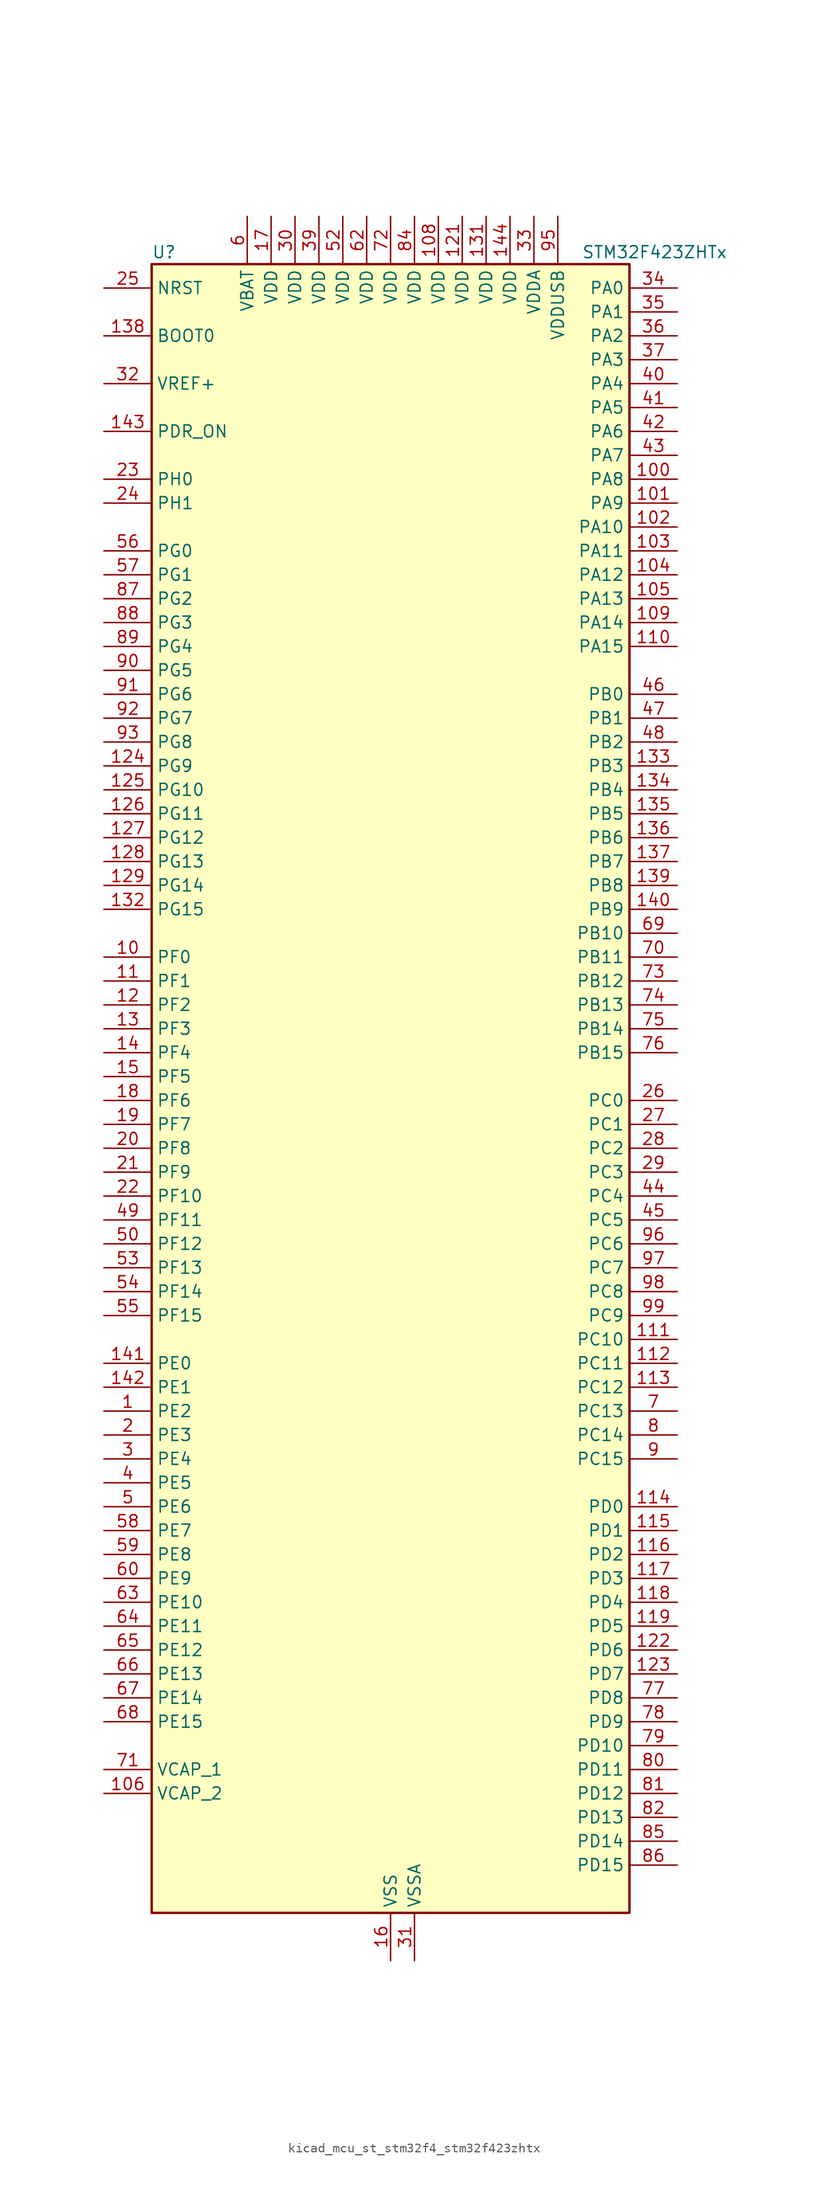
<source format=kicad_sym>
(kicad_symbol_lib
  (version 20220914)
  (generator kicad_symbol_editor)
  (symbol "kicad_mcu_st_stm32f4_stm32f423zhtx"
    (property "Reference" "U"
      (at -25.4 90.17 0)
      (effects (font (size 1.27 1.27)) (justify left)))
    (property "Value" "STM32F423ZHTx"
      (at 20.32 90.17 0)
      (effects (font (size 1.27 1.27)) (justify left)))
    (property "ki_locked" ""
      (at 0 0 0)
      (effects (font (size 1.27 1.27))))
    (symbol "kicad_mcu_st_stm32f4_stm32f423zhtx_0_1"
      (rectangle (start -25.4 -86.36) (end 25.4 88.9) (stroke (width 0.254) (type default)) (fill (type background))))
    (symbol "kicad_mcu_st_stm32f4_stm32f423zhtx_1_1"
      (pin bidirectional line (at -30.48 -33.02 0) (length 5.08) (name "PE2" (effects (font (size 1.27 1.27)))) (number "1" (effects (font (size 1.27 1.27)))) (alternate "FSMC_A23" bidirectional line) (alternate "I2S4_CK" bidirectional line) (alternate "I2S5_CK" bidirectional line) (alternate "QUADSPI_BK1_IO2" bidirectional line) (alternate "SAI1_MCLK_A" bidirectional line) (alternate "SPI4_SCK" bidirectional line) (alternate "SPI5_SCK" bidirectional line) (alternate "SYS_TRACECLK" bidirectional line) (alternate "UART10_RX" bidirectional line))
      (pin bidirectional line (at -30.48 15.24 0) (length 5.08) (name "PF0" (effects (font (size 1.27 1.27)))) (number "10" (effects (font (size 1.27 1.27)))) (alternate "FSMC_A0" bidirectional line) (alternate "I2C2_SDA" bidirectional line))
      (pin bidirectional line (at 30.48 66.04 180) (length 5.08) (name "PA8" (effects (font (size 1.27 1.27)))) (number "100" (effects (font (size 1.27 1.27)))) (alternate "CAN3_RX" bidirectional line) (alternate "DFSDM1_CKOUT" bidirectional line) (alternate "I2C3_SCL" bidirectional line) (alternate "RCC_MCO_1" bidirectional line) (alternate "SDIO_D1" bidirectional line) (alternate "TIM1_CH1" bidirectional line) (alternate "UART7_RX" bidirectional line) (alternate "USART1_CK" bidirectional line) (alternate "USB_OTG_FS_SOF" bidirectional line))
      (pin bidirectional line (at 30.48 63.5 180) (length 5.08) (name "PA9" (effects (font (size 1.27 1.27)))) (number "101" (effects (font (size 1.27 1.27)))) (alternate "DAC_EXTI9" bidirectional line) (alternate "DFSDM2_CKIN3" bidirectional line) (alternate "I2C3_SMBA" bidirectional line) (alternate "I2S2_CK" bidirectional line) (alternate "SDIO_D2" bidirectional line) (alternate "SPI2_SCK" bidirectional line) (alternate "TIM1_CH2" bidirectional line) (alternate "USART1_TX" bidirectional line) (alternate "USB_OTG_FS_VBUS" bidirectional line))
      (pin bidirectional line (at 30.48 60.96 180) (length 5.08) (name "PA10" (effects (font (size 1.27 1.27)))) (number "102" (effects (font (size 1.27 1.27)))) (alternate "DFSDM2_DATIN3" bidirectional line) (alternate "I2S2_SD" bidirectional line) (alternate "I2S5_SD" bidirectional line) (alternate "SPI2_MOSI" bidirectional line) (alternate "SPI5_MOSI" bidirectional line) (alternate "TIM1_CH3" bidirectional line) (alternate "USART1_RX" bidirectional line) (alternate "USB_OTG_FS_ID" bidirectional line))
      (pin bidirectional line (at 30.48 58.42 180) (length 5.08) (name "PA11" (effects (font (size 1.27 1.27)))) (number "103" (effects (font (size 1.27 1.27)))) (alternate "ADC1_EXTI11" bidirectional line) (alternate "CAN1_RX" bidirectional line) (alternate "DFSDM2_CKIN5" bidirectional line) (alternate "I2S2_WS" bidirectional line) (alternate "SPI2_NSS" bidirectional line) (alternate "SPI4_MISO" bidirectional line) (alternate "TIM1_CH4" bidirectional line) (alternate "UART4_RX" bidirectional line) (alternate "USART1_CTS" bidirectional line) (alternate "USART6_TX" bidirectional line) (alternate "USB_OTG_FS_DM" bidirectional line))
      (pin bidirectional line (at 30.48 55.88 180) (length 5.08) (name "PA12" (effects (font (size 1.27 1.27)))) (number "104" (effects (font (size 1.27 1.27)))) (alternate "CAN1_TX" bidirectional line) (alternate "DFSDM2_DATIN5" bidirectional line) (alternate "SPI2_MISO" bidirectional line) (alternate "SPI5_MISO" bidirectional line) (alternate "TIM1_ETR" bidirectional line) (alternate "UART4_TX" bidirectional line) (alternate "USART1_RTS" bidirectional line) (alternate "USART6_RX" bidirectional line) (alternate "USB_OTG_FS_DP" bidirectional line))
      (pin bidirectional line (at 30.48 53.34 180) (length 5.08) (name "PA13" (effects (font (size 1.27 1.27)))) (number "105" (effects (font (size 1.27 1.27)))) (alternate "SYS_JTMS-SWDIO" bidirectional line))
      (pin power_out line (at -30.48 -73.66 0) (length 5.08) (name "VCAP_2" (effects (font (size 1.27 1.27)))) (number "106" (effects (font (size 1.27 1.27)))))
      (pin passive line (at 0 -91.44 90) (length 5.08) hide (name "VSS" (effects (font (size 1.27 1.27)))) (number "107" (effects (font (size 1.27 1.27)))))
      (pin power_in line (at 5.08 93.98 270) (length 5.08) (name "VDD" (effects (font (size 1.27 1.27)))) (number "108" (effects (font (size 1.27 1.27)))))
      (pin bidirectional line (at 30.48 50.8 180) (length 5.08) (name "PA14" (effects (font (size 1.27 1.27)))) (number "109" (effects (font (size 1.27 1.27)))) (alternate "SYS_JTCK-SWCLK" bidirectional line))
      (pin bidirectional line (at -30.48 12.7 0) (length 5.08) (name "PF1" (effects (font (size 1.27 1.27)))) (number "11" (effects (font (size 1.27 1.27)))) (alternate "FSMC_A1" bidirectional line) (alternate "I2C2_SCL" bidirectional line))
      (pin bidirectional line (at 30.48 48.26 180) (length 5.08) (name "PA15" (effects (font (size 1.27 1.27)))) (number "110" (effects (font (size 1.27 1.27)))) (alternate "ADC1_EXTI15" bidirectional line) (alternate "CAN3_TX" bidirectional line) (alternate "I2S1_WS" bidirectional line) (alternate "I2S3_WS" bidirectional line) (alternate "SAI1_MCLK_A" bidirectional line) (alternate "SPI1_NSS" bidirectional line) (alternate "SPI3_NSS" bidirectional line) (alternate "SYS_JTDI" bidirectional line) (alternate "TIM2_CH1" bidirectional line) (alternate "TIM2_ETR" bidirectional line) (alternate "UART7_TX" bidirectional line) (alternate "USART1_TX" bidirectional line))
      (pin bidirectional line (at 30.48 -25.4 180) (length 5.08) (name "PC10" (effects (font (size 1.27 1.27)))) (number "111" (effects (font (size 1.27 1.27)))) (alternate "DFSDM2_CKIN5" bidirectional line) (alternate "I2S3_CK" bidirectional line) (alternate "QUADSPI_BK1_IO1" bidirectional line) (alternate "SDIO_D2" bidirectional line) (alternate "SPI3_SCK" bidirectional line) (alternate "USART3_TX" bidirectional line))
      (pin bidirectional line (at 30.48 -27.94 180) (length 5.08) (name "PC11" (effects (font (size 1.27 1.27)))) (number "112" (effects (font (size 1.27 1.27)))) (alternate "ADC1_EXTI11" bidirectional line) (alternate "DFSDM2_DATIN5" bidirectional line) (alternate "FSMC_D2" bidirectional line) (alternate "FSMC_DA2" bidirectional line) (alternate "I2S3_ext_SD" bidirectional line) (alternate "QUADSPI_BK2_NCS" bidirectional line) (alternate "SDIO_D3" bidirectional line) (alternate "SPI3_MISO" bidirectional line) (alternate "UART4_RX" bidirectional line) (alternate "USART3_RX" bidirectional line))
      (pin bidirectional line (at 30.48 -30.48 180) (length 5.08) (name "PC12" (effects (font (size 1.27 1.27)))) (number "113" (effects (font (size 1.27 1.27)))) (alternate "FSMC_D3" bidirectional line) (alternate "FSMC_DA3" bidirectional line) (alternate "I2S3_SD" bidirectional line) (alternate "SDIO_CK" bidirectional line) (alternate "SPI3_MOSI" bidirectional line) (alternate "UART5_TX" bidirectional line) (alternate "USART3_CK" bidirectional line))
      (pin bidirectional line (at 30.48 -43.18 180) (length 5.08) (name "PD0" (effects (font (size 1.27 1.27)))) (number "114" (effects (font (size 1.27 1.27)))) (alternate "CAN1_RX" bidirectional line) (alternate "DFSDM2_CKIN6" bidirectional line) (alternate "FSMC_D2" bidirectional line) (alternate "FSMC_DA2" bidirectional line) (alternate "UART4_RX" bidirectional line))
      (pin bidirectional line (at 30.48 -45.72 180) (length 5.08) (name "PD1" (effects (font (size 1.27 1.27)))) (number "115" (effects (font (size 1.27 1.27)))) (alternate "CAN1_TX" bidirectional line) (alternate "DFSDM2_DATIN6" bidirectional line) (alternate "FSMC_D3" bidirectional line) (alternate "FSMC_DA3" bidirectional line) (alternate "UART4_TX" bidirectional line))
      (pin bidirectional line (at 30.48 -48.26 180) (length 5.08) (name "PD2" (effects (font (size 1.27 1.27)))) (number "116" (effects (font (size 1.27 1.27)))) (alternate "DFSDM2_CKOUT" bidirectional line) (alternate "FSMC_NWE" bidirectional line) (alternate "SDIO_CMD" bidirectional line) (alternate "TIM3_ETR" bidirectional line) (alternate "UART5_RX" bidirectional line))
      (pin bidirectional line (at 30.48 -50.8 180) (length 5.08) (name "PD3" (effects (font (size 1.27 1.27)))) (number "117" (effects (font (size 1.27 1.27)))) (alternate "DFSDM1_DATIN0" bidirectional line) (alternate "FSMC_CLK" bidirectional line) (alternate "I2S2_CK" bidirectional line) (alternate "QUADSPI_CLK" bidirectional line) (alternate "SPI2_SCK" bidirectional line) (alternate "SYS_TRACED1" bidirectional line) (alternate "USART2_CTS" bidirectional line))
      (pin bidirectional line (at 30.48 -53.34 180) (length 5.08) (name "PD4" (effects (font (size 1.27 1.27)))) (number "118" (effects (font (size 1.27 1.27)))) (alternate "DFSDM1_CKIN0" bidirectional line) (alternate "FSMC_NOE" bidirectional line) (alternate "USART2_RTS" bidirectional line))
      (pin bidirectional line (at 30.48 -55.88 180) (length 5.08) (name "PD5" (effects (font (size 1.27 1.27)))) (number "119" (effects (font (size 1.27 1.27)))) (alternate "DFSDM2_CKOUT" bidirectional line) (alternate "FSMC_NWE" bidirectional line) (alternate "USART2_TX" bidirectional line))
      (pin bidirectional line (at -30.48 10.16 0) (length 5.08) (name "PF2" (effects (font (size 1.27 1.27)))) (number "12" (effects (font (size 1.27 1.27)))) (alternate "FSMC_A2" bidirectional line) (alternate "I2C2_SMBA" bidirectional line))
      (pin passive line (at 0 -91.44 90) (length 5.08) hide (name "VSS" (effects (font (size 1.27 1.27)))) (number "120" (effects (font (size 1.27 1.27)))))
      (pin power_in line (at 7.62 93.98 270) (length 5.08) (name "VDD" (effects (font (size 1.27 1.27)))) (number "121" (effects (font (size 1.27 1.27)))))
      (pin bidirectional line (at 30.48 -58.42 180) (length 5.08) (name "PD6" (effects (font (size 1.27 1.27)))) (number "122" (effects (font (size 1.27 1.27)))) (alternate "DFSDM1_DATIN1" bidirectional line) (alternate "FSMC_NWAIT" bidirectional line) (alternate "I2S3_SD" bidirectional line) (alternate "SPI3_MOSI" bidirectional line) (alternate "USART2_RX" bidirectional line))
      (pin bidirectional line (at 30.48 -60.96 180) (length 5.08) (name "PD7" (effects (font (size 1.27 1.27)))) (number "123" (effects (font (size 1.27 1.27)))) (alternate "DFSDM1_CKIN1" bidirectional line) (alternate "FSMC_NE1" bidirectional line) (alternate "USART2_CK" bidirectional line))
      (pin bidirectional line (at -30.48 35.56 0) (length 5.08) (name "PG9" (effects (font (size 1.27 1.27)))) (number "124" (effects (font (size 1.27 1.27)))) (alternate "DAC_EXTI9" bidirectional line) (alternate "FSMC_NE2" bidirectional line) (alternate "QUADSPI_BK2_IO2" bidirectional line) (alternate "USART6_RX" bidirectional line))
      (pin bidirectional line (at -30.48 33.02 0) (length 5.08) (name "PG10" (effects (font (size 1.27 1.27)))) (number "125" (effects (font (size 1.27 1.27)))) (alternate "FSMC_NE3" bidirectional line))
      (pin bidirectional line (at -30.48 30.48 0) (length 5.08) (name "PG11" (effects (font (size 1.27 1.27)))) (number "126" (effects (font (size 1.27 1.27)))) (alternate "ADC1_EXTI11" bidirectional line) (alternate "CAN2_RX" bidirectional line) (alternate "UART10_RX" bidirectional line))
      (pin bidirectional line (at -30.48 27.94 0) (length 5.08) (name "PG12" (effects (font (size 1.27 1.27)))) (number "127" (effects (font (size 1.27 1.27)))) (alternate "CAN2_TX" bidirectional line) (alternate "FSMC_NE4" bidirectional line) (alternate "UART10_TX" bidirectional line) (alternate "USART6_RTS" bidirectional line))
      (pin bidirectional line (at -30.48 25.4 0) (length 5.08) (name "PG13" (effects (font (size 1.27 1.27)))) (number "128" (effects (font (size 1.27 1.27)))) (alternate "FSMC_A24" bidirectional line) (alternate "SYS_TRACED2" bidirectional line) (alternate "USART6_CTS" bidirectional line))
      (pin bidirectional line (at -30.48 22.86 0) (length 5.08) (name "PG14" (effects (font (size 1.27 1.27)))) (number "129" (effects (font (size 1.27 1.27)))) (alternate "FSMC_A25" bidirectional line) (alternate "QUADSPI_BK2_IO3" bidirectional line) (alternate "SYS_TRACED3" bidirectional line) (alternate "USART6_TX" bidirectional line))
      (pin bidirectional line (at -30.48 7.62 0) (length 5.08) (name "PF3" (effects (font (size 1.27 1.27)))) (number "13" (effects (font (size 1.27 1.27)))) (alternate "FSMC_A3" bidirectional line) (alternate "TIM5_CH1" bidirectional line))
      (pin passive line (at 0 -91.44 90) (length 5.08) hide (name "VSS" (effects (font (size 1.27 1.27)))) (number "130" (effects (font (size 1.27 1.27)))))
      (pin power_in line (at 10.16 93.98 270) (length 5.08) (name "VDD" (effects (font (size 1.27 1.27)))) (number "131" (effects (font (size 1.27 1.27)))))
      (pin bidirectional line (at -30.48 20.32 0) (length 5.08) (name "PG15" (effects (font (size 1.27 1.27)))) (number "132" (effects (font (size 1.27 1.27)))) (alternate "ADC1_EXTI15" bidirectional line) (alternate "USART6_CTS" bidirectional line))
      (pin bidirectional line (at 30.48 35.56 180) (length 5.08) (name "PB3" (effects (font (size 1.27 1.27)))) (number "133" (effects (font (size 1.27 1.27)))) (alternate "CAN3_RX" bidirectional line) (alternate "FMPI2C1_SDA" bidirectional line) (alternate "I2C2_SDA" bidirectional line) (alternate "I2S1_CK" bidirectional line) (alternate "I2S3_CK" bidirectional line) (alternate "SAI1_SD_A" bidirectional line) (alternate "SPI1_SCK" bidirectional line) (alternate "SPI3_SCK" bidirectional line) (alternate "SYS_JTDO-SWO" bidirectional line) (alternate "TIM2_CH2" bidirectional line) (alternate "UART7_RX" bidirectional line) (alternate "USART1_RX" bidirectional line))
      (pin bidirectional line (at 30.48 33.02 180) (length 5.08) (name "PB4" (effects (font (size 1.27 1.27)))) (number "134" (effects (font (size 1.27 1.27)))) (alternate "CAN3_TX" bidirectional line) (alternate "I2C3_SDA" bidirectional line) (alternate "I2S3_ext_SD" bidirectional line) (alternate "SAI1_SCK_A" bidirectional line) (alternate "SDIO_D0" bidirectional line) (alternate "SPI1_MISO" bidirectional line) (alternate "SPI3_MISO" bidirectional line) (alternate "SYS_JTRST" bidirectional line) (alternate "TIM3_CH1" bidirectional line) (alternate "UART7_TX" bidirectional line))
      (pin bidirectional line (at 30.48 30.48 180) (length 5.08) (name "PB5" (effects (font (size 1.27 1.27)))) (number "135" (effects (font (size 1.27 1.27)))) (alternate "CAN2_RX" bidirectional line) (alternate "I2C1_SMBA" bidirectional line) (alternate "I2S1_SD" bidirectional line) (alternate "I2S3_SD" bidirectional line) (alternate "LPTIM1_IN1" bidirectional line) (alternate "SAI1_FS_A" bidirectional line) (alternate "SDIO_D3" bidirectional line) (alternate "SPI1_MOSI" bidirectional line) (alternate "SPI3_MOSI" bidirectional line) (alternate "TIM3_CH2" bidirectional line) (alternate "UART5_RX" bidirectional line))
      (pin bidirectional line (at 30.48 27.94 180) (length 5.08) (name "PB6" (effects (font (size 1.27 1.27)))) (number "136" (effects (font (size 1.27 1.27)))) (alternate "CAN2_TX" bidirectional line) (alternate "DFSDM2_CKIN7" bidirectional line) (alternate "I2C1_SCL" bidirectional line) (alternate "LPTIM1_ETR" bidirectional line) (alternate "QUADSPI_BK1_NCS" bidirectional line) (alternate "SDIO_D0" bidirectional line) (alternate "TIM4_CH1" bidirectional line) (alternate "UART5_TX" bidirectional line) (alternate "USART1_TX" bidirectional line))
      (pin bidirectional line (at 30.48 25.4 180) (length 5.08) (name "PB7" (effects (font (size 1.27 1.27)))) (number "137" (effects (font (size 1.27 1.27)))) (alternate "DFSDM2_DATIN7" bidirectional line) (alternate "FSMC_NL" bidirectional line) (alternate "I2C1_SDA" bidirectional line) (alternate "LPTIM1_IN2" bidirectional line) (alternate "TIM4_CH2" bidirectional line) (alternate "USART1_RX" bidirectional line))
      (pin input line (at -30.48 81.28 0) (length 5.08) (name "BOOT0" (effects (font (size 1.27 1.27)))) (number "138" (effects (font (size 1.27 1.27)))))
      (pin bidirectional line (at 30.48 22.86 180) (length 5.08) (name "PB8" (effects (font (size 1.27 1.27)))) (number "139" (effects (font (size 1.27 1.27)))) (alternate "CAN1_RX" bidirectional line) (alternate "DFSDM2_CKIN1" bidirectional line) (alternate "I2C1_SCL" bidirectional line) (alternate "I2C3_SDA" bidirectional line) (alternate "I2S5_SD" bidirectional line) (alternate "LPTIM1_OUT" bidirectional line) (alternate "SDIO_D4" bidirectional line) (alternate "SPI5_MOSI" bidirectional line) (alternate "TIM10_CH1" bidirectional line) (alternate "TIM4_CH3" bidirectional line) (alternate "UART5_RX" bidirectional line))
      (pin bidirectional line (at -30.48 5.08 0) (length 5.08) (name "PF4" (effects (font (size 1.27 1.27)))) (number "14" (effects (font (size 1.27 1.27)))) (alternate "FSMC_A4" bidirectional line) (alternate "TIM5_CH2" bidirectional line))
      (pin bidirectional line (at 30.48 20.32 180) (length 5.08) (name "PB9" (effects (font (size 1.27 1.27)))) (number "140" (effects (font (size 1.27 1.27)))) (alternate "CAN1_TX" bidirectional line) (alternate "DAC_EXTI9" bidirectional line) (alternate "DFSDM2_DATIN1" bidirectional line) (alternate "I2C1_SDA" bidirectional line) (alternate "I2C2_SDA" bidirectional line) (alternate "I2S2_WS" bidirectional line) (alternate "SDIO_D5" bidirectional line) (alternate "SPI2_NSS" bidirectional line) (alternate "TIM11_CH1" bidirectional line) (alternate "TIM4_CH4" bidirectional line) (alternate "UART5_TX" bidirectional line))
      (pin bidirectional line (at -30.48 -27.94 0) (length 5.08) (name "PE0" (effects (font (size 1.27 1.27)))) (number "141" (effects (font (size 1.27 1.27)))) (alternate "DFSDM2_CKIN4" bidirectional line) (alternate "FSMC_NBL0" bidirectional line) (alternate "TIM4_ETR" bidirectional line) (alternate "UART8_RX" bidirectional line))
      (pin bidirectional line (at -30.48 -30.48 0) (length 5.08) (name "PE1" (effects (font (size 1.27 1.27)))) (number "142" (effects (font (size 1.27 1.27)))) (alternate "DFSDM2_DATIN4" bidirectional line) (alternate "FSMC_NBL1" bidirectional line) (alternate "UART8_TX" bidirectional line))
      (pin input line (at -30.48 71.12 0) (length 5.08) (name "PDR_ON" (effects (font (size 1.27 1.27)))) (number "143" (effects (font (size 1.27 1.27)))))
      (pin power_in line (at 12.7 93.98 270) (length 5.08) (name "VDD" (effects (font (size 1.27 1.27)))) (number "144" (effects (font (size 1.27 1.27)))))
      (pin bidirectional line (at -30.48 2.54 0) (length 5.08) (name "PF5" (effects (font (size 1.27 1.27)))) (number "15" (effects (font (size 1.27 1.27)))) (alternate "FSMC_A5" bidirectional line) (alternate "TIM5_CH3" bidirectional line))
      (pin power_in line (at 0 -91.44 90) (length 5.08) (name "VSS" (effects (font (size 1.27 1.27)))) (number "16" (effects (font (size 1.27 1.27)))))
      (pin power_in line (at -12.7 93.98 270) (length 5.08) (name "VDD" (effects (font (size 1.27 1.27)))) (number "17" (effects (font (size 1.27 1.27)))))
      (pin bidirectional line (at -30.48 0 0) (length 5.08) (name "PF6" (effects (font (size 1.27 1.27)))) (number "18" (effects (font (size 1.27 1.27)))) (alternate "QUADSPI_BK1_IO3" bidirectional line) (alternate "SAI1_SD_B" bidirectional line) (alternate "SYS_TRACED0" bidirectional line) (alternate "TIM10_CH1" bidirectional line) (alternate "UART7_RX" bidirectional line))
      (pin bidirectional line (at -30.48 -2.54 0) (length 5.08) (name "PF7" (effects (font (size 1.27 1.27)))) (number "19" (effects (font (size 1.27 1.27)))) (alternate "QUADSPI_BK1_IO2" bidirectional line) (alternate "SAI1_MCLK_B" bidirectional line) (alternate "SYS_TRACED1" bidirectional line) (alternate "TIM11_CH1" bidirectional line) (alternate "UART7_TX" bidirectional line))
      (pin bidirectional line (at -30.48 -35.56 0) (length 5.08) (name "PE3" (effects (font (size 1.27 1.27)))) (number "2" (effects (font (size 1.27 1.27)))) (alternate "FSMC_A19" bidirectional line) (alternate "SAI1_SD_B" bidirectional line) (alternate "SYS_TRACED0" bidirectional line) (alternate "UART10_TX" bidirectional line))
      (pin bidirectional line (at -30.48 -5.08 0) (length 5.08) (name "PF8" (effects (font (size 1.27 1.27)))) (number "20" (effects (font (size 1.27 1.27)))) (alternate "QUADSPI_BK1_IO0" bidirectional line) (alternate "SAI1_SCK_B" bidirectional line) (alternate "TIM13_CH1" bidirectional line) (alternate "UART8_RX" bidirectional line))
      (pin bidirectional line (at -30.48 -7.62 0) (length 5.08) (name "PF9" (effects (font (size 1.27 1.27)))) (number "21" (effects (font (size 1.27 1.27)))) (alternate "DAC_EXTI9" bidirectional line) (alternate "QUADSPI_BK1_IO1" bidirectional line) (alternate "SAI1_FS_B" bidirectional line) (alternate "TIM14_CH1" bidirectional line) (alternate "UART8_TX" bidirectional line))
      (pin bidirectional line (at -30.48 -10.16 0) (length 5.08) (name "PF10" (effects (font (size 1.27 1.27)))) (number "22" (effects (font (size 1.27 1.27)))) (alternate "TIM1_ETR" bidirectional line) (alternate "TIM5_CH4" bidirectional line))
      (pin bidirectional line (at -30.48 66.04 0) (length 5.08) (name "PH0" (effects (font (size 1.27 1.27)))) (number "23" (effects (font (size 1.27 1.27)))) (alternate "RCC_OSC_IN" bidirectional line))
      (pin bidirectional line (at -30.48 63.5 0) (length 5.08) (name "PH1" (effects (font (size 1.27 1.27)))) (number "24" (effects (font (size 1.27 1.27)))) (alternate "RCC_OSC_OUT" bidirectional line))
      (pin input line (at -30.48 86.36 0) (length 5.08) (name "NRST" (effects (font (size 1.27 1.27)))) (number "25" (effects (font (size 1.27 1.27)))))
      (pin bidirectional line (at 30.48 0 180) (length 5.08) (name "PC0" (effects (font (size 1.27 1.27)))) (number "26" (effects (font (size 1.27 1.27)))) (alternate "ADC1_IN10" bidirectional line) (alternate "DFSDM2_CKIN4" bidirectional line) (alternate "LPTIM1_IN1" bidirectional line) (alternate "SAI1_MCLK_B" bidirectional line) (alternate "SYS_WKUP2" bidirectional line))
      (pin bidirectional line (at 30.48 -2.54 180) (length 5.08) (name "PC1" (effects (font (size 1.27 1.27)))) (number "27" (effects (font (size 1.27 1.27)))) (alternate "ADC1_IN11" bidirectional line) (alternate "DFSDM2_DATIN4" bidirectional line) (alternate "LPTIM1_OUT" bidirectional line) (alternate "SAI1_SD_B" bidirectional line) (alternate "SYS_WKUP3" bidirectional line))
      (pin bidirectional line (at 30.48 -5.08 180) (length 5.08) (name "PC2" (effects (font (size 1.27 1.27)))) (number "28" (effects (font (size 1.27 1.27)))) (alternate "ADC1_IN12" bidirectional line) (alternate "DFSDM1_CKOUT" bidirectional line) (alternate "DFSDM2_DATIN7" bidirectional line) (alternate "FSMC_NWE" bidirectional line) (alternate "I2S2_ext_SD" bidirectional line) (alternate "LPTIM1_IN2" bidirectional line) (alternate "SAI1_SCK_B" bidirectional line) (alternate "SPI2_MISO" bidirectional line))
      (pin bidirectional line (at 30.48 -7.62 180) (length 5.08) (name "PC3" (effects (font (size 1.27 1.27)))) (number "29" (effects (font (size 1.27 1.27)))) (alternate "ADC1_IN13" bidirectional line) (alternate "DFSDM2_CKIN7" bidirectional line) (alternate "FSMC_A0" bidirectional line) (alternate "I2S2_SD" bidirectional line) (alternate "LPTIM1_ETR" bidirectional line) (alternate "SAI1_FS_B" bidirectional line) (alternate "SPI2_MOSI" bidirectional line))
      (pin bidirectional line (at -30.48 -38.1 0) (length 5.08) (name "PE4" (effects (font (size 1.27 1.27)))) (number "3" (effects (font (size 1.27 1.27)))) (alternate "DFSDM1_DATIN3" bidirectional line) (alternate "FSMC_A20" bidirectional line) (alternate "I2S4_WS" bidirectional line) (alternate "I2S5_WS" bidirectional line) (alternate "SAI1_SD_A" bidirectional line) (alternate "SPI4_NSS" bidirectional line) (alternate "SPI5_NSS" bidirectional line) (alternate "SYS_TRACED1" bidirectional line))
      (pin power_in line (at -10.16 93.98 270) (length 5.08) (name "VDD" (effects (font (size 1.27 1.27)))) (number "30" (effects (font (size 1.27 1.27)))))
      (pin power_in line (at 2.54 -91.44 90) (length 5.08) (name "VSSA" (effects (font (size 1.27 1.27)))) (number "31" (effects (font (size 1.27 1.27)))))
      (pin input line (at -30.48 76.2 0) (length 5.08) (name "VREF+" (effects (font (size 1.27 1.27)))) (number "32" (effects (font (size 1.27 1.27)))))
      (pin power_in line (at 15.24 93.98 270) (length 5.08) (name "VDDA" (effects (font (size 1.27 1.27)))) (number "33" (effects (font (size 1.27 1.27)))))
      (pin bidirectional line (at 30.48 86.36 180) (length 5.08) (name "PA0" (effects (font (size 1.27 1.27)))) (number "34" (effects (font (size 1.27 1.27)))) (alternate "ADC1_IN0" bidirectional line) (alternate "SYS_WKUP1" bidirectional line) (alternate "TIM2_CH1" bidirectional line) (alternate "TIM2_ETR" bidirectional line) (alternate "TIM5_CH1" bidirectional line) (alternate "TIM8_ETR" bidirectional line) (alternate "UART4_TX" bidirectional line) (alternate "USART2_CTS" bidirectional line))
      (pin bidirectional line (at 30.48 83.82 180) (length 5.08) (name "PA1" (effects (font (size 1.27 1.27)))) (number "35" (effects (font (size 1.27 1.27)))) (alternate "ADC1_IN1" bidirectional line) (alternate "I2S4_SD" bidirectional line) (alternate "QUADSPI_BK1_IO3" bidirectional line) (alternate "SPI4_MOSI" bidirectional line) (alternate "TIM2_CH2" bidirectional line) (alternate "TIM5_CH2" bidirectional line) (alternate "UART4_RX" bidirectional line) (alternate "USART2_RTS" bidirectional line))
      (pin bidirectional line (at 30.48 81.28 180) (length 5.08) (name "PA2" (effects (font (size 1.27 1.27)))) (number "36" (effects (font (size 1.27 1.27)))) (alternate "ADC1_IN2" bidirectional line) (alternate "FSMC_D4" bidirectional line) (alternate "FSMC_DA4" bidirectional line) (alternate "I2S_CKIN" bidirectional line) (alternate "TIM2_CH3" bidirectional line) (alternate "TIM5_CH3" bidirectional line) (alternate "TIM9_CH1" bidirectional line) (alternate "USART2_TX" bidirectional line))
      (pin bidirectional line (at 30.48 78.74 180) (length 5.08) (name "PA3" (effects (font (size 1.27 1.27)))) (number "37" (effects (font (size 1.27 1.27)))) (alternate "ADC1_IN3" bidirectional line) (alternate "FSMC_D5" bidirectional line) (alternate "FSMC_DA5" bidirectional line) (alternate "I2S2_MCK" bidirectional line) (alternate "SAI1_SD_B" bidirectional line) (alternate "TIM2_CH4" bidirectional line) (alternate "TIM5_CH4" bidirectional line) (alternate "TIM9_CH2" bidirectional line) (alternate "USART2_RX" bidirectional line))
      (pin passive line (at 0 -91.44 90) (length 5.08) hide (name "VSS" (effects (font (size 1.27 1.27)))) (number "38" (effects (font (size 1.27 1.27)))))
      (pin power_in line (at -7.62 93.98 270) (length 5.08) (name "VDD" (effects (font (size 1.27 1.27)))) (number "39" (effects (font (size 1.27 1.27)))))
      (pin bidirectional line (at -30.48 -40.64 0) (length 5.08) (name "PE5" (effects (font (size 1.27 1.27)))) (number "4" (effects (font (size 1.27 1.27)))) (alternate "DFSDM1_CKIN3" bidirectional line) (alternate "FSMC_A21" bidirectional line) (alternate "SAI1_SCK_A" bidirectional line) (alternate "SPI4_MISO" bidirectional line) (alternate "SPI5_MISO" bidirectional line) (alternate "SYS_TRACED2" bidirectional line) (alternate "TIM9_CH1" bidirectional line))
      (pin bidirectional line (at 30.48 76.2 180) (length 5.08) (name "PA4" (effects (font (size 1.27 1.27)))) (number "40" (effects (font (size 1.27 1.27)))) (alternate "ADC1_IN4" bidirectional line) (alternate "DAC_OUT1" bidirectional line) (alternate "DFSDM1_DATIN1" bidirectional line) (alternate "FSMC_D6" bidirectional line) (alternate "FSMC_DA6" bidirectional line) (alternate "I2S1_WS" bidirectional line) (alternate "I2S3_WS" bidirectional line) (alternate "SPI1_NSS" bidirectional line) (alternate "SPI3_NSS" bidirectional line) (alternate "USART2_CK" bidirectional line))
      (pin bidirectional line (at 30.48 73.66 180) (length 5.08) (name "PA5" (effects (font (size 1.27 1.27)))) (number "41" (effects (font (size 1.27 1.27)))) (alternate "ADC1_IN5" bidirectional line) (alternate "DAC_OUT2" bidirectional line) (alternate "DFSDM1_CKIN1" bidirectional line) (alternate "FSMC_D7" bidirectional line) (alternate "FSMC_DA7" bidirectional line) (alternate "I2S1_CK" bidirectional line) (alternate "SPI1_SCK" bidirectional line) (alternate "TIM2_CH1" bidirectional line) (alternate "TIM2_ETR" bidirectional line) (alternate "TIM8_CH1N" bidirectional line))
      (pin bidirectional line (at 30.48 71.12 180) (length 5.08) (name "PA6" (effects (font (size 1.27 1.27)))) (number "42" (effects (font (size 1.27 1.27)))) (alternate "ADC1_IN6" bidirectional line) (alternate "DFSDM2_CKIN1" bidirectional line) (alternate "I2S2_MCK" bidirectional line) (alternate "QUADSPI_BK2_IO0" bidirectional line) (alternate "SDIO_CMD" bidirectional line) (alternate "SPI1_MISO" bidirectional line) (alternate "TIM13_CH1" bidirectional line) (alternate "TIM1_BKIN" bidirectional line) (alternate "TIM3_CH1" bidirectional line) (alternate "TIM8_BKIN" bidirectional line))
      (pin bidirectional line (at 30.48 68.58 180) (length 5.08) (name "PA7" (effects (font (size 1.27 1.27)))) (number "43" (effects (font (size 1.27 1.27)))) (alternate "ADC1_IN7" bidirectional line) (alternate "DFSDM2_DATIN1" bidirectional line) (alternate "I2S1_SD" bidirectional line) (alternate "QUADSPI_BK2_IO1" bidirectional line) (alternate "SPI1_MOSI" bidirectional line) (alternate "TIM14_CH1" bidirectional line) (alternate "TIM1_CH1N" bidirectional line) (alternate "TIM3_CH2" bidirectional line) (alternate "TIM8_CH1N" bidirectional line))
      (pin bidirectional line (at 30.48 -10.16 180) (length 5.08) (name "PC4" (effects (font (size 1.27 1.27)))) (number "44" (effects (font (size 1.27 1.27)))) (alternate "ADC1_IN14" bidirectional line) (alternate "DFSDM2_CKIN2" bidirectional line) (alternate "FSMC_NE4" bidirectional line) (alternate "I2S1_MCK" bidirectional line) (alternate "QUADSPI_BK2_IO2" bidirectional line))
      (pin bidirectional line (at 30.48 -12.7 180) (length 5.08) (name "PC5" (effects (font (size 1.27 1.27)))) (number "45" (effects (font (size 1.27 1.27)))) (alternate "ADC1_IN15" bidirectional line) (alternate "DFSDM2_DATIN2" bidirectional line) (alternate "FMPI2C1_SMBA" bidirectional line) (alternate "FSMC_NOE" bidirectional line) (alternate "QUADSPI_BK2_IO3" bidirectional line) (alternate "USART3_RX" bidirectional line))
      (pin bidirectional line (at 30.48 43.18 180) (length 5.08) (name "PB0" (effects (font (size 1.27 1.27)))) (number "46" (effects (font (size 1.27 1.27)))) (alternate "ADC1_IN8" bidirectional line) (alternate "I2S5_CK" bidirectional line) (alternate "SPI5_SCK" bidirectional line) (alternate "TIM1_CH2N" bidirectional line) (alternate "TIM3_CH3" bidirectional line) (alternate "TIM8_CH2N" bidirectional line))
      (pin bidirectional line (at 30.48 40.64 180) (length 5.08) (name "PB1" (effects (font (size 1.27 1.27)))) (number "47" (effects (font (size 1.27 1.27)))) (alternate "ADC1_IN9" bidirectional line) (alternate "DFSDM1_DATIN0" bidirectional line) (alternate "I2S5_WS" bidirectional line) (alternate "QUADSPI_CLK" bidirectional line) (alternate "SPI5_NSS" bidirectional line) (alternate "TIM1_CH3N" bidirectional line) (alternate "TIM3_CH4" bidirectional line) (alternate "TIM8_CH3N" bidirectional line))
      (pin bidirectional line (at 30.48 38.1 180) (length 5.08) (name "PB2" (effects (font (size 1.27 1.27)))) (number "48" (effects (font (size 1.27 1.27)))) (alternate "DFSDM1_CKIN0" bidirectional line) (alternate "LPTIM1_OUT" bidirectional line) (alternate "QUADSPI_CLK" bidirectional line))
      (pin bidirectional line (at -30.48 -12.7 0) (length 5.08) (name "PF11" (effects (font (size 1.27 1.27)))) (number "49" (effects (font (size 1.27 1.27)))) (alternate "ADC1_EXTI11" bidirectional line) (alternate "TIM8_ETR" bidirectional line))
      (pin bidirectional line (at -30.48 -43.18 0) (length 5.08) (name "PE6" (effects (font (size 1.27 1.27)))) (number "5" (effects (font (size 1.27 1.27)))) (alternate "FSMC_A22" bidirectional line) (alternate "I2S4_SD" bidirectional line) (alternate "I2S5_SD" bidirectional line) (alternate "SAI1_FS_A" bidirectional line) (alternate "SPI4_MOSI" bidirectional line) (alternate "SPI5_MOSI" bidirectional line) (alternate "SYS_TRACED3" bidirectional line) (alternate "TIM9_CH2" bidirectional line))
      (pin bidirectional line (at -30.48 -15.24 0) (length 5.08) (name "PF12" (effects (font (size 1.27 1.27)))) (number "50" (effects (font (size 1.27 1.27)))) (alternate "FSMC_A6" bidirectional line) (alternate "TIM8_BKIN" bidirectional line))
      (pin passive line (at 0 -91.44 90) (length 5.08) hide (name "VSS" (effects (font (size 1.27 1.27)))) (number "51" (effects (font (size 1.27 1.27)))))
      (pin power_in line (at -5.08 93.98 270) (length 5.08) (name "VDD" (effects (font (size 1.27 1.27)))) (number "52" (effects (font (size 1.27 1.27)))))
      (pin bidirectional line (at -30.48 -17.78 0) (length 5.08) (name "PF13" (effects (font (size 1.27 1.27)))) (number "53" (effects (font (size 1.27 1.27)))) (alternate "FMPI2C1_SMBA" bidirectional line) (alternate "FSMC_A7" bidirectional line))
      (pin bidirectional line (at -30.48 -20.32 0) (length 5.08) (name "PF14" (effects (font (size 1.27 1.27)))) (number "54" (effects (font (size 1.27 1.27)))) (alternate "FMPI2C1_SCL" bidirectional line) (alternate "FSMC_A8" bidirectional line))
      (pin bidirectional line (at -30.48 -22.86 0) (length 5.08) (name "PF15" (effects (font (size 1.27 1.27)))) (number "55" (effects (font (size 1.27 1.27)))) (alternate "ADC1_EXTI15" bidirectional line) (alternate "FMPI2C1_SDA" bidirectional line) (alternate "FSMC_A9" bidirectional line))
      (pin bidirectional line (at -30.48 58.42 0) (length 5.08) (name "PG0" (effects (font (size 1.27 1.27)))) (number "56" (effects (font (size 1.27 1.27)))) (alternate "CAN1_RX" bidirectional line) (alternate "FSMC_A10" bidirectional line) (alternate "UART9_RX" bidirectional line))
      (pin bidirectional line (at -30.48 55.88 0) (length 5.08) (name "PG1" (effects (font (size 1.27 1.27)))) (number "57" (effects (font (size 1.27 1.27)))) (alternate "CAN1_TX" bidirectional line) (alternate "FSMC_A11" bidirectional line) (alternate "UART9_TX" bidirectional line))
      (pin bidirectional line (at -30.48 -45.72 0) (length 5.08) (name "PE7" (effects (font (size 1.27 1.27)))) (number "58" (effects (font (size 1.27 1.27)))) (alternate "DFSDM1_DATIN2" bidirectional line) (alternate "FSMC_D4" bidirectional line) (alternate "FSMC_DA4" bidirectional line) (alternate "QUADSPI_BK2_IO0" bidirectional line) (alternate "TIM1_ETR" bidirectional line) (alternate "UART7_RX" bidirectional line))
      (pin bidirectional line (at -30.48 -48.26 0) (length 5.08) (name "PE8" (effects (font (size 1.27 1.27)))) (number "59" (effects (font (size 1.27 1.27)))) (alternate "DFSDM1_CKIN2" bidirectional line) (alternate "FSMC_D5" bidirectional line) (alternate "FSMC_DA5" bidirectional line) (alternate "QUADSPI_BK2_IO1" bidirectional line) (alternate "TIM1_CH1N" bidirectional line) (alternate "UART7_TX" bidirectional line))
      (pin power_in line (at -15.24 93.98 270) (length 5.08) (name "VBAT" (effects (font (size 1.27 1.27)))) (number "6" (effects (font (size 1.27 1.27)))))
      (pin bidirectional line (at -30.48 -50.8 0) (length 5.08) (name "PE9" (effects (font (size 1.27 1.27)))) (number "60" (effects (font (size 1.27 1.27)))) (alternate "DAC_EXTI9" bidirectional line) (alternate "DFSDM1_CKOUT" bidirectional line) (alternate "FSMC_D6" bidirectional line) (alternate "FSMC_DA6" bidirectional line) (alternate "QUADSPI_BK2_IO2" bidirectional line) (alternate "TIM1_CH1" bidirectional line))
      (pin passive line (at 0 -91.44 90) (length 5.08) hide (name "VSS" (effects (font (size 1.27 1.27)))) (number "61" (effects (font (size 1.27 1.27)))))
      (pin power_in line (at -2.54 93.98 270) (length 5.08) (name "VDD" (effects (font (size 1.27 1.27)))) (number "62" (effects (font (size 1.27 1.27)))))
      (pin bidirectional line (at -30.48 -53.34 0) (length 5.08) (name "PE10" (effects (font (size 1.27 1.27)))) (number "63" (effects (font (size 1.27 1.27)))) (alternate "DFSDM2_DATIN0" bidirectional line) (alternate "FSMC_D7" bidirectional line) (alternate "FSMC_DA7" bidirectional line) (alternate "QUADSPI_BK2_IO3" bidirectional line) (alternate "TIM1_CH2N" bidirectional line))
      (pin bidirectional line (at -30.48 -55.88 0) (length 5.08) (name "PE11" (effects (font (size 1.27 1.27)))) (number "64" (effects (font (size 1.27 1.27)))) (alternate "ADC1_EXTI11" bidirectional line) (alternate "DFSDM2_CKIN0" bidirectional line) (alternate "FSMC_D8" bidirectional line) (alternate "FSMC_DA8" bidirectional line) (alternate "I2S4_WS" bidirectional line) (alternate "I2S5_WS" bidirectional line) (alternate "SPI4_NSS" bidirectional line) (alternate "SPI5_NSS" bidirectional line) (alternate "TIM1_CH2" bidirectional line))
      (pin bidirectional line (at -30.48 -58.42 0) (length 5.08) (name "PE12" (effects (font (size 1.27 1.27)))) (number "65" (effects (font (size 1.27 1.27)))) (alternate "DFSDM2_DATIN7" bidirectional line) (alternate "FSMC_D9" bidirectional line) (alternate "FSMC_DA9" bidirectional line) (alternate "I2S4_CK" bidirectional line) (alternate "I2S5_CK" bidirectional line) (alternate "SPI4_SCK" bidirectional line) (alternate "SPI5_SCK" bidirectional line) (alternate "TIM1_CH3N" bidirectional line))
      (pin bidirectional line (at -30.48 -60.96 0) (length 5.08) (name "PE13" (effects (font (size 1.27 1.27)))) (number "66" (effects (font (size 1.27 1.27)))) (alternate "DFSDM2_CKIN7" bidirectional line) (alternate "FSMC_D10" bidirectional line) (alternate "FSMC_DA10" bidirectional line) (alternate "SPI4_MISO" bidirectional line) (alternate "SPI5_MISO" bidirectional line) (alternate "TIM1_CH3" bidirectional line))
      (pin bidirectional line (at -30.48 -63.5 0) (length 5.08) (name "PE14" (effects (font (size 1.27 1.27)))) (number "67" (effects (font (size 1.27 1.27)))) (alternate "DFSDM2_DATIN1" bidirectional line) (alternate "FSMC_D11" bidirectional line) (alternate "FSMC_DA11" bidirectional line) (alternate "I2S4_SD" bidirectional line) (alternate "I2S5_SD" bidirectional line) (alternate "SPI4_MOSI" bidirectional line) (alternate "SPI5_MOSI" bidirectional line) (alternate "TIM1_CH4" bidirectional line))
      (pin bidirectional line (at -30.48 -66.04 0) (length 5.08) (name "PE15" (effects (font (size 1.27 1.27)))) (number "68" (effects (font (size 1.27 1.27)))) (alternate "ADC1_EXTI15" bidirectional line) (alternate "DFSDM2_CKIN1" bidirectional line) (alternate "FSMC_D12" bidirectional line) (alternate "FSMC_DA12" bidirectional line) (alternate "TIM1_BKIN" bidirectional line))
      (pin bidirectional line (at 30.48 17.78 180) (length 5.08) (name "PB10" (effects (font (size 1.27 1.27)))) (number "69" (effects (font (size 1.27 1.27)))) (alternate "DFSDM2_CKOUT" bidirectional line) (alternate "FMPI2C1_SCL" bidirectional line) (alternate "I2C2_SCL" bidirectional line) (alternate "I2S2_CK" bidirectional line) (alternate "I2S3_MCK" bidirectional line) (alternate "SDIO_D7" bidirectional line) (alternate "SPI2_SCK" bidirectional line) (alternate "TIM2_CH3" bidirectional line) (alternate "USART3_TX" bidirectional line))
      (pin bidirectional line (at 30.48 -33.02 180) (length 5.08) (name "PC13" (effects (font (size 1.27 1.27)))) (number "7" (effects (font (size 1.27 1.27)))) (alternate "RTC_AF1" bidirectional line))
      (pin bidirectional line (at 30.48 15.24 180) (length 5.08) (name "PB11" (effects (font (size 1.27 1.27)))) (number "70" (effects (font (size 1.27 1.27)))) (alternate "ADC1_EXTI11" bidirectional line) (alternate "I2C2_SDA" bidirectional line) (alternate "I2S_CKIN" bidirectional line) (alternate "TIM2_CH4" bidirectional line) (alternate "USART3_RX" bidirectional line))
      (pin power_out line (at -30.48 -71.12 0) (length 5.08) (name "VCAP_1" (effects (font (size 1.27 1.27)))) (number "71" (effects (font (size 1.27 1.27)))))
      (pin power_in line (at 0 93.98 270) (length 5.08) (name "VDD" (effects (font (size 1.27 1.27)))) (number "72" (effects (font (size 1.27 1.27)))))
      (pin bidirectional line (at 30.48 12.7 180) (length 5.08) (name "PB12" (effects (font (size 1.27 1.27)))) (number "73" (effects (font (size 1.27 1.27)))) (alternate "CAN2_RX" bidirectional line) (alternate "DFSDM1_DATIN1" bidirectional line) (alternate "FSMC_D13" bidirectional line) (alternate "FSMC_DA13" bidirectional line) (alternate "I2C2_SMBA" bidirectional line) (alternate "I2S2_WS" bidirectional line) (alternate "I2S3_CK" bidirectional line) (alternate "I2S4_WS" bidirectional line) (alternate "SPI2_NSS" bidirectional line) (alternate "SPI3_SCK" bidirectional line) (alternate "SPI4_NSS" bidirectional line) (alternate "TIM1_BKIN" bidirectional line) (alternate "UART5_RX" bidirectional line) (alternate "USART3_CK" bidirectional line))
      (pin bidirectional line (at 30.48 10.16 180) (length 5.08) (name "PB13" (effects (font (size 1.27 1.27)))) (number "74" (effects (font (size 1.27 1.27)))) (alternate "CAN2_TX" bidirectional line) (alternate "DFSDM1_CKIN1" bidirectional line) (alternate "FMPI2C1_SMBA" bidirectional line) (alternate "I2S2_CK" bidirectional line) (alternate "I2S4_CK" bidirectional line) (alternate "SPI2_SCK" bidirectional line) (alternate "SPI4_SCK" bidirectional line) (alternate "TIM1_CH1N" bidirectional line) (alternate "UART5_TX" bidirectional line) (alternate "USART3_CTS" bidirectional line))
      (pin bidirectional line (at 30.48 7.62 180) (length 5.08) (name "PB14" (effects (font (size 1.27 1.27)))) (number "75" (effects (font (size 1.27 1.27)))) (alternate "DFSDM1_DATIN2" bidirectional line) (alternate "FMPI2C1_SDA" bidirectional line) (alternate "FSMC_D0" bidirectional line) (alternate "FSMC_DA0" bidirectional line) (alternate "I2S2_ext_SD" bidirectional line) (alternate "SDIO_D6" bidirectional line) (alternate "SPI2_MISO" bidirectional line) (alternate "TIM12_CH1" bidirectional line) (alternate "TIM1_CH2N" bidirectional line) (alternate "TIM8_CH2N" bidirectional line) (alternate "USART3_RTS" bidirectional line))
      (pin bidirectional line (at 30.48 5.08 180) (length 5.08) (name "PB15" (effects (font (size 1.27 1.27)))) (number "76" (effects (font (size 1.27 1.27)))) (alternate "ADC1_EXTI15" bidirectional line) (alternate "DFSDM1_CKIN2" bidirectional line) (alternate "FMPI2C1_SCL" bidirectional line) (alternate "I2S2_SD" bidirectional line) (alternate "RTC_REFIN" bidirectional line) (alternate "SDIO_CK" bidirectional line) (alternate "SPI2_MOSI" bidirectional line) (alternate "TIM12_CH2" bidirectional line) (alternate "TIM1_CH3N" bidirectional line) (alternate "TIM8_CH3N" bidirectional line))
      (pin bidirectional line (at 30.48 -63.5 180) (length 5.08) (name "PD8" (effects (font (size 1.27 1.27)))) (number "77" (effects (font (size 1.27 1.27)))) (alternate "FSMC_D13" bidirectional line) (alternate "FSMC_DA13" bidirectional line) (alternate "USART3_TX" bidirectional line))
      (pin bidirectional line (at 30.48 -66.04 180) (length 5.08) (name "PD9" (effects (font (size 1.27 1.27)))) (number "78" (effects (font (size 1.27 1.27)))) (alternate "DAC_EXTI9" bidirectional line) (alternate "FSMC_D14" bidirectional line) (alternate "FSMC_DA14" bidirectional line) (alternate "USART3_RX" bidirectional line))
      (pin bidirectional line (at 30.48 -68.58 180) (length 5.08) (name "PD10" (effects (font (size 1.27 1.27)))) (number "79" (effects (font (size 1.27 1.27)))) (alternate "FSMC_D15" bidirectional line) (alternate "FSMC_DA15" bidirectional line) (alternate "UART4_TX" bidirectional line) (alternate "USART3_CK" bidirectional line))
      (pin bidirectional line (at 30.48 -35.56 180) (length 5.08) (name "PC14" (effects (font (size 1.27 1.27)))) (number "8" (effects (font (size 1.27 1.27)))) (alternate "RCC_OSC32_IN" bidirectional line))
      (pin bidirectional line (at 30.48 -71.12 180) (length 5.08) (name "PD11" (effects (font (size 1.27 1.27)))) (number "80" (effects (font (size 1.27 1.27)))) (alternate "ADC1_EXTI11" bidirectional line) (alternate "DFSDM2_DATIN2" bidirectional line) (alternate "FMPI2C1_SMBA" bidirectional line) (alternate "FSMC_A16" bidirectional line) (alternate "QUADSPI_BK1_IO0" bidirectional line) (alternate "USART3_CTS" bidirectional line))
      (pin bidirectional line (at 30.48 -73.66 180) (length 5.08) (name "PD12" (effects (font (size 1.27 1.27)))) (number "81" (effects (font (size 1.27 1.27)))) (alternate "DFSDM2_CKIN2" bidirectional line) (alternate "FMPI2C1_SCL" bidirectional line) (alternate "FSMC_A17" bidirectional line) (alternate "QUADSPI_BK1_IO1" bidirectional line) (alternate "TIM4_CH1" bidirectional line) (alternate "USART3_RTS" bidirectional line))
      (pin bidirectional line (at 30.48 -76.2 180) (length 5.08) (name "PD13" (effects (font (size 1.27 1.27)))) (number "82" (effects (font (size 1.27 1.27)))) (alternate "FMPI2C1_SDA" bidirectional line) (alternate "FSMC_A18" bidirectional line) (alternate "QUADSPI_BK1_IO3" bidirectional line) (alternate "TIM4_CH2" bidirectional line))
      (pin passive line (at 0 -91.44 90) (length 5.08) hide (name "VSS" (effects (font (size 1.27 1.27)))) (number "83" (effects (font (size 1.27 1.27)))))
      (pin power_in line (at 2.54 93.98 270) (length 5.08) (name "VDD" (effects (font (size 1.27 1.27)))) (number "84" (effects (font (size 1.27 1.27)))))
      (pin bidirectional line (at 30.48 -78.74 180) (length 5.08) (name "PD14" (effects (font (size 1.27 1.27)))) (number "85" (effects (font (size 1.27 1.27)))) (alternate "DFSDM2_CKIN0" bidirectional line) (alternate "FMPI2C1_SCL" bidirectional line) (alternate "FSMC_D0" bidirectional line) (alternate "FSMC_DA0" bidirectional line) (alternate "TIM4_CH3" bidirectional line) (alternate "UART9_RX" bidirectional line))
      (pin bidirectional line (at 30.48 -81.28 180) (length 5.08) (name "PD15" (effects (font (size 1.27 1.27)))) (number "86" (effects (font (size 1.27 1.27)))) (alternate "ADC1_EXTI15" bidirectional line) (alternate "DFSDM2_DATIN0" bidirectional line) (alternate "FMPI2C1_SDA" bidirectional line) (alternate "FSMC_D1" bidirectional line) (alternate "FSMC_DA1" bidirectional line) (alternate "TIM4_CH4" bidirectional line) (alternate "UART9_TX" bidirectional line))
      (pin bidirectional line (at -30.48 53.34 0) (length 5.08) (name "PG2" (effects (font (size 1.27 1.27)))) (number "87" (effects (font (size 1.27 1.27)))) (alternate "FSMC_A12" bidirectional line))
      (pin bidirectional line (at -30.48 50.8 0) (length 5.08) (name "PG3" (effects (font (size 1.27 1.27)))) (number "88" (effects (font (size 1.27 1.27)))) (alternate "FSMC_A13" bidirectional line))
      (pin bidirectional line (at -30.48 48.26 0) (length 5.08) (name "PG4" (effects (font (size 1.27 1.27)))) (number "89" (effects (font (size 1.27 1.27)))) (alternate "FSMC_A14" bidirectional line))
      (pin bidirectional line (at 30.48 -38.1 180) (length 5.08) (name "PC15" (effects (font (size 1.27 1.27)))) (number "9" (effects (font (size 1.27 1.27)))) (alternate "ADC1_EXTI15" bidirectional line) (alternate "RCC_OSC32_OUT" bidirectional line))
      (pin bidirectional line (at -30.48 45.72 0) (length 5.08) (name "PG5" (effects (font (size 1.27 1.27)))) (number "90" (effects (font (size 1.27 1.27)))) (alternate "FSMC_A15" bidirectional line))
      (pin bidirectional line (at -30.48 43.18 0) (length 5.08) (name "PG6" (effects (font (size 1.27 1.27)))) (number "91" (effects (font (size 1.27 1.27)))) (alternate "QUADSPI_BK1_NCS" bidirectional line))
      (pin bidirectional line (at -30.48 40.64 0) (length 5.08) (name "PG7" (effects (font (size 1.27 1.27)))) (number "92" (effects (font (size 1.27 1.27)))) (alternate "USART6_CK" bidirectional line))
      (pin bidirectional line (at -30.48 38.1 0) (length 5.08) (name "PG8" (effects (font (size 1.27 1.27)))) (number "93" (effects (font (size 1.27 1.27)))) (alternate "USART6_RTS" bidirectional line))
      (pin passive line (at 0 -91.44 90) (length 5.08) hide (name "VSS" (effects (font (size 1.27 1.27)))) (number "94" (effects (font (size 1.27 1.27)))))
      (pin power_in line (at 17.78 93.98 270) (length 5.08) (name "VDDUSB" (effects (font (size 1.27 1.27)))) (number "95" (effects (font (size 1.27 1.27)))))
      (pin bidirectional line (at 30.48 -15.24 180) (length 5.08) (name "PC6" (effects (font (size 1.27 1.27)))) (number "96" (effects (font (size 1.27 1.27)))) (alternate "DFSDM1_CKIN3" bidirectional line) (alternate "DFSDM2_DATIN6" bidirectional line) (alternate "FMPI2C1_SCL" bidirectional line) (alternate "FSMC_D1" bidirectional line) (alternate "FSMC_DA1" bidirectional line) (alternate "I2S2_MCK" bidirectional line) (alternate "SDIO_D6" bidirectional line) (alternate "TIM3_CH1" bidirectional line) (alternate "TIM8_CH1" bidirectional line) (alternate "USART6_TX" bidirectional line))
      (pin bidirectional line (at 30.48 -17.78 180) (length 5.08) (name "PC7" (effects (font (size 1.27 1.27)))) (number "97" (effects (font (size 1.27 1.27)))) (alternate "DFSDM1_DATIN3" bidirectional line) (alternate "DFSDM2_CKIN6" bidirectional line) (alternate "FMPI2C1_SDA" bidirectional line) (alternate "I2S2_CK" bidirectional line) (alternate "I2S3_MCK" bidirectional line) (alternate "SDIO_D7" bidirectional line) (alternate "SPI2_SCK" bidirectional line) (alternate "TIM3_CH2" bidirectional line) (alternate "TIM8_CH2" bidirectional line) (alternate "USART6_RX" bidirectional line))
      (pin bidirectional line (at 30.48 -20.32 180) (length 5.08) (name "PC8" (effects (font (size 1.27 1.27)))) (number "98" (effects (font (size 1.27 1.27)))) (alternate "DFSDM2_CKIN3" bidirectional line) (alternate "QUADSPI_BK1_IO2" bidirectional line) (alternate "SDIO_D0" bidirectional line) (alternate "TIM3_CH3" bidirectional line) (alternate "TIM8_CH3" bidirectional line) (alternate "USART6_CK" bidirectional line))
      (pin bidirectional line (at 30.48 -22.86 180) (length 5.08) (name "PC9" (effects (font (size 1.27 1.27)))) (number "99" (effects (font (size 1.27 1.27)))) (alternate "DAC_EXTI9" bidirectional line) (alternate "DFSDM2_DATIN3" bidirectional line) (alternate "I2C3_SDA" bidirectional line) (alternate "I2S_CKIN" bidirectional line) (alternate "QUADSPI_BK1_IO0" bidirectional line) (alternate "RCC_MCO_2" bidirectional line) (alternate "SDIO_D1" bidirectional line) (alternate "TIM3_CH4" bidirectional line) (alternate "TIM8_CH4" bidirectional line)))))
</source>
